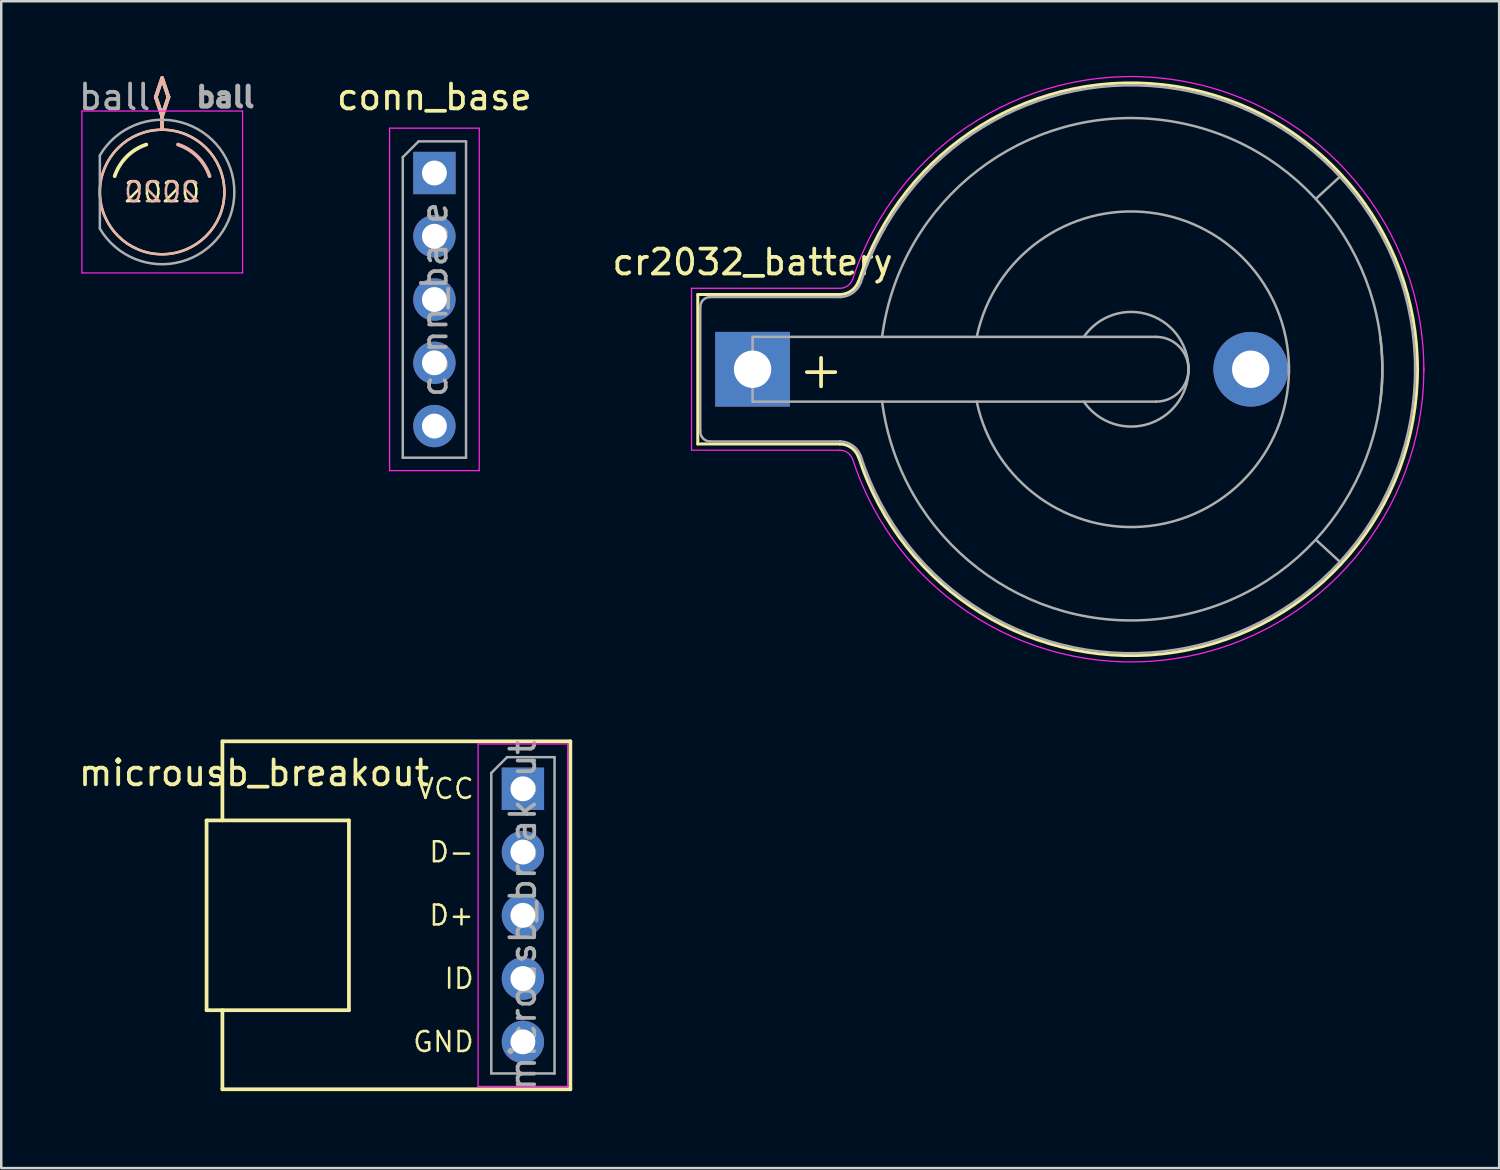
<source format=kicad_pcb>
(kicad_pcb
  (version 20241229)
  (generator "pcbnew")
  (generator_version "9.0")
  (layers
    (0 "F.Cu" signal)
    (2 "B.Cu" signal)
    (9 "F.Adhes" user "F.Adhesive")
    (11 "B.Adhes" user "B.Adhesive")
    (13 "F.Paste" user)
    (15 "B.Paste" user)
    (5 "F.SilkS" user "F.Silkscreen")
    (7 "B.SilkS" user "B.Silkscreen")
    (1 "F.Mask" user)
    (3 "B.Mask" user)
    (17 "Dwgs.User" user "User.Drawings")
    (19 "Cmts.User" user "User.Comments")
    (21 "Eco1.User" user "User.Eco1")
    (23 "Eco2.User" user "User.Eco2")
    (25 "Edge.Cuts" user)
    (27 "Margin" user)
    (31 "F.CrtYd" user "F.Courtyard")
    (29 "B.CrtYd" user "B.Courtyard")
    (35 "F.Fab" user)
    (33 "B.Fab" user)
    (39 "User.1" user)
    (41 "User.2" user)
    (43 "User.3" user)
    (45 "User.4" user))
  (footprint "ball"
    (layer "F.Cu")
    (at 2.189 4.658)
    (property "Reference" "ball" (at -0.635 -3.81 0) (layer "F.Fab") (effects (font (size 1 1) (thickness 0.15))))
    (attr through_hole)
    (fp_line (start 1.016 -3.81) (end 1.27 -4.572) (stroke (width 0.15) (type solid)) (layer "F.SilkS"))
    (fp_line (start 1.27 -4.572) (end 1.524 -3.81) (stroke (width 0.15) (type solid)) (layer "F.SilkS"))
    (fp_line (start 1.27 -3.048) (end 1.016 -3.81) (stroke (width 0.15) (type solid)) (layer "F.SilkS"))
    (fp_line (start 1.27 -2.54) (end 1.27 -3.048) (stroke (width 0.15) (type solid)) (layer "F.SilkS"))
    (fp_line (start 1.524 -3.81) (end 1.27 -3.048) (stroke (width 0.15) (type solid)) (layer "F.SilkS"))
    (fp_arc (start -0.634999 -0.635) (mid -0.149902 -1.419903) (end 0.635001 -1.904999) (stroke (width 0.15) (type solid)) (layer "F.SilkS"))
    (fp_circle (center 1.27 0) (end 3.77 0) (stroke (width 0.1) (type solid)) (fill no) (layer "F.SilkS"))
    (fp_line (start 1.016 -3.81) (end 1.27 -3.048) (stroke (width 0.15) (type solid)) (layer "B.SilkS"))
    (fp_line (start 1.27 -4.572) (end 1.016 -3.81) (stroke (width 0.15) (type solid)) (layer "B.SilkS"))
    (fp_line (start 1.27 -3.048) (end 1.524 -3.81) (stroke (width 0.15) (type solid)) (layer "B.SilkS"))
    (fp_line (start 1.27 -2.54) (end 1.27 -3.048) (stroke (width 0.15) (type solid)) (layer "B.SilkS"))
    (fp_line (start 1.524 -3.81) (end 1.27 -4.572) (stroke (width 0.15) (type solid)) (layer "B.SilkS"))
    (fp_arc (start 1.906002 -1.904666) (mid 2.690277 -1.41953) (end 3.175 -0.635) (stroke (width 0.15) (type solid)) (layer "B.SilkS"))
    (fp_circle (center 1.27 0) (end -1.23 0) (stroke (width 0.1) (type solid)) (fill no) (layer "B.SilkS"))
    (fp_line (start -1.95 -3.25) (end -1.95 3.25) (stroke (width 0.05) (type solid)) (layer "F.CrtYd"))
    (fp_line (start -1.95 3.25) (end 4.5 3.25) (stroke (width 0.05) (type solid)) (layer "F.CrtYd"))
    (fp_line (start 4.5 -3.25) (end -1.95 -3.25) (stroke (width 0.05) (type solid)) (layer "F.CrtYd"))
    (fp_line (start 4.5 3.25) (end 4.5 -3.25) (stroke (width 0.05) (type solid)) (layer "F.CrtYd"))
    (fp_line (start -1.23 -1.47) (end -1.23 1.47) (stroke (width 0.1) (type solid)) (layer "F.Fab"))
    (fp_arc (start -1.23 -1.469694) (mid 4.17 0.000016) (end -1.230016 1.469666) (stroke (width 0.1) (type solid)) (layer "F.Fab"))
    (fp_text user "2020" (at 1.27 0 0) (layer "F.SilkS") (effects (font (size 0.8 0.8) (thickness 0.1))))
    (fp_text user "2020" (at 1.27 0 0) (layer "B.SilkS") (effects (font (size 0.8 0.8) (thickness 0.1)) (justify mirror)))
    (fp_text user "${REFERENCE}" (at 3.81 -3.81 0) (layer "F.Fab") (effects (font (size 0.8 0.8) (thickness 0.2)))))
  (footprint "conn_base"
    (layer "F.Cu")
    (at 14.391 3.896)
    (property "Reference" "conn_base" (at 0 -3.048 0) (layer "F.SilkS") (effects (font (size 1 1) (thickness 0.15))))
    (attr through_hole)
    (fp_line (start -1.8 -1.8) (end -1.8 11.95) (stroke (width 0.05) (type solid)) (layer "F.CrtYd"))
    (fp_line (start -1.8 11.95) (end 1.8 11.95) (stroke (width 0.05) (type solid)) (layer "F.CrtYd"))
    (fp_line (start 1.8 -1.8) (end -1.8 -1.8) (stroke (width 0.05) (type solid)) (layer "F.CrtYd"))
    (fp_line (start 1.8 11.95) (end 1.8 -1.8) (stroke (width 0.05) (type solid)) (layer "F.CrtYd"))
    (fp_line (start -1.27 -0.635) (end -0.635 -1.27) (stroke (width 0.1) (type solid)) (layer "F.Fab"))
    (fp_line (start -1.27 11.43) (end -1.27 -0.635) (stroke (width 0.1) (type solid)) (layer "F.Fab"))
    (fp_line (start -0.635 -1.27) (end 1.27 -1.27) (stroke (width 0.1) (type solid)) (layer "F.Fab"))
    (fp_line (start 1.27 -1.27) (end 1.27 11.43) (stroke (width 0.1) (type solid)) (layer "F.Fab"))
    (fp_line (start 1.27 11.43) (end -1.27 11.43) (stroke (width 0.1) (type solid)) (layer "F.Fab"))
    (fp_text user "${REFERENCE}" (at 0 5.08 90) (layer "F.Fab") (effects (font (size 1 1) (thickness 0.15))))
    (pad "1" thru_hole rect (at 0 0) (size 1.7 1.7) (drill 1) (layers "*.Cu" "*.Mask"))
    (pad "2" thru_hole oval (at 0 2.54) (size 1.7 1.7) (drill 1) (layers "*.Cu" "*.Mask"))
    (pad "3" thru_hole oval (at 0 5.08) (size 1.7 1.7) (drill 1) (layers "*.Cu" "*.Mask"))
    (pad "4" thru_hole oval (at 0 7.62) (size 1.7 1.7) (drill 1) (layers "*.Cu" "*.Mask"))
    (pad "5" thru_hole oval (at 0 10.16) (size 1.7 1.7) (drill 1) (layers "*.Cu" "*.Mask")))
  (footprint "microusb_breakout"
    (layer "F.Cu")
    (at 17.944 33.699)
    (property "Reference" "microusb_breakout" (at -10.795 -5.715 0) (layer "F.SilkS") (effects (font (size 1 1) (thickness 0.15))))
    (attr through_hole)
    (fp_line (start -12.7 -3.81) (end -12.7 3.81) (stroke (width 0.15) (type solid)) (layer "F.SilkS"))
    (fp_line (start -12.7 3.81) (end -6.985 3.81) (stroke (width 0.15) (type solid)) (layer "F.SilkS"))
    (fp_line (start -12.065 -6.985) (end -12.065 -3.81) (stroke (width 0.15) (type solid)) (layer "F.SilkS"))
    (fp_line (start -12.065 3.81) (end -12.065 6.985) (stroke (width 0.15) (type solid)) (layer "F.SilkS"))
    (fp_line (start -12.065 6.985) (end 1.905 6.985) (stroke (width 0.15) (type solid)) (layer "F.SilkS"))
    (fp_line (start -6.985 -3.81) (end -12.7 -3.81) (stroke (width 0.15) (type solid)) (layer "F.SilkS"))
    (fp_line (start -6.985 3.81) (end -6.985 -3.81) (stroke (width 0.15) (type solid)) (layer "F.SilkS"))
    (fp_line (start 1.905 -6.985) (end -12.065 -6.985) (stroke (width 0.15) (type solid)) (layer "F.SilkS"))
    (fp_line (start 1.905 6.985) (end 1.905 -6.985) (stroke (width 0.15) (type solid)) (layer "F.SilkS"))
    (fp_line (start -1.8 -6.88) (end -1.8 6.87) (stroke (width 0.05) (type solid)) (layer "F.CrtYd"))
    (fp_line (start -1.8 6.87) (end 1.8 6.87) (stroke (width 0.05) (type solid)) (layer "F.CrtYd"))
    (fp_line (start 1.8 -6.88) (end -1.8 -6.88) (stroke (width 0.05) (type solid)) (layer "F.CrtYd"))
    (fp_line (start 1.8 6.87) (end 1.8 -6.88) (stroke (width 0.05) (type solid)) (layer "F.CrtYd"))
    (fp_line (start -1.27 -5.715) (end -0.635 -6.35) (stroke (width 0.1) (type solid)) (layer "F.Fab"))
    (fp_line (start -1.27 6.35) (end -1.27 -5.715) (stroke (width 0.1) (type solid)) (layer "F.Fab"))
    (fp_line (start -0.635 -6.35) (end 1.27 -6.35) (stroke (width 0.1) (type solid)) (layer "F.Fab"))
    (fp_line (start 1.27 -6.35) (end 1.27 6.35) (stroke (width 0.1) (type solid)) (layer "F.Fab"))
    (fp_line (start 1.27 6.35) (end -1.27 6.35) (stroke (width 0.1) (type solid)) (layer "F.Fab"))
    (fp_text user "D-" (at -1.905 -2.54 0) (layer "F.SilkS") (effects (font (size 0.8 0.8) (thickness 0.1)) (justify right)))
    (fp_text user "GND" (at -1.905 5.08 0) (layer "F.SilkS") (effects (font (size 0.8 0.8) (thickness 0.1)) (justify right)))
    (fp_text user "VCC" (at -1.905 -5.08 0) (layer "F.SilkS") (effects (font (size 0.8 0.8) (thickness 0.1)) (justify right)))
    (fp_text user "D+" (at -1.905 0 0) (layer "F.SilkS") (effects (font (size 0.8 0.8) (thickness 0.1)) (justify right)))
    (fp_text user "ID" (at -1.905 2.54 0) (layer "F.SilkS") (effects (font (size 0.8 0.8) (thickness 0.1)) (justify right)))
    (fp_text user "${REFERENCE}" (at 0 0 90) (layer "F.Fab") (effects (font (size 1 1) (thickness 0.15))))
    (pad "1" thru_hole rect (at 0 -5.08) (size 1.7 1.7) (drill 1) (layers "*.Cu" "*.Mask"))
    (pad "2" thru_hole oval (at 0 -2.54) (size 1.7 1.7) (drill 1) (layers "*.Cu" "*.Mask"))
    (pad "3" thru_hole oval (at 0 0) (size 1.7 1.7) (drill 1) (layers "*.Cu" "*.Mask"))
    (pad "4" thru_hole oval (at 0 2.54) (size 1.7 1.7) (drill 1) (layers "*.Cu" "*.Mask"))
    (pad "5" thru_hole oval (at 0 5.08) (size 1.7 1.7) (drill 1) (layers "*.Cu" "*.Mask")))
  (footprint "cr2032_battery"
    (layer "F.Cu")
    (at 27.165 11.775)
    (property "Reference" "cr2032_battery" (at 0 -4.3 0) (layer "F.SilkS") (effects (font (size 1 1) (thickness 0.15))))
    (attr through_hole)
    (fp_line (start -2.2 -3) (end 3.5 -3) (stroke (width 0.12) (type solid)) (layer "F.SilkS"))
    (fp_line (start -2.2 3) (end -2.2 -3) (stroke (width 0.12) (type solid)) (layer "F.SilkS"))
    (fp_line (start -2.2 3) (end 3.5 3) (stroke (width 0.12) (type solid)) (layer "F.SilkS"))
    (fp_arc (start 3.5 3) (mid 3.958861 3.144678) (end 4.251754 3.526384) (stroke (width 0.12) (type solid)) (layer "F.SilkS"))
    (fp_arc (start 4.25 -3.5) (mid 16.993514 -11.35499) (end 26.695671 0.045281) (stroke (width 0.12) (type solid)) (layer "F.SilkS"))
    (fp_arc (start 4.251754 -3.526384) (mid 3.958861 -3.144678) (end 3.5 -3) (stroke (width 0.12) (type solid)) (layer "F.SilkS"))
    (fp_arc (start 26.695671 -0.045281) (mid 16.993514 11.35499) (end 4.25 3.5) (stroke (width 0.12) (type solid)) (layer "F.SilkS"))
    (fp_line (start -2.45 -3.25) (end 3.5 -3.25) (stroke (width 0.05) (type solid)) (layer "F.CrtYd"))
    (fp_line (start -2.45 3.25) (end -2.45 -3.25) (stroke (width 0.05) (type solid)) (layer "F.CrtYd"))
    (fp_line (start -2.45 3.25) (end 3.5 3.25) (stroke (width 0.05) (type solid)) (layer "F.CrtYd"))
    (fp_arc (start 3.5 3.25) (mid 3.815467 3.349466) (end 4.016831 3.611889) (stroke (width 0.05) (type solid)) (layer "F.CrtYd"))
    (fp_arc (start 4.015 -3.6) (mid 17.056602 -11.602468) (end 26.949865 0.069987) (stroke (width 0.05) (type solid)) (layer "F.CrtYd"))
    (fp_arc (start 4.016831 -3.611889) (mid 3.815467 -3.349466) (end 3.5 -3.25) (stroke (width 0.05) (type solid)) (layer "F.CrtYd"))
    (fp_arc (start 26.949865 -0.069987) (mid 17.056602 11.602468) (end 4.015 3.6) (stroke (width 0.05) (type solid)) (layer "F.CrtYd"))
    (fp_line (start -2.1 -2.5) (end -2.1 2.5) (stroke (width 0.1) (type solid)) (layer "F.Fab"))
    (fp_line (start -1.7 2.9) (end 3.531 2.9) (stroke (width 0.1) (type solid)) (layer "F.Fab"))
    (fp_line (start 0 -1.3) (end 0 1.3) (stroke (width 0.1) (type solid)) (layer "F.Fab"))
    (fp_line (start 0 1.3) (end 16.2 1.3) (stroke (width 0.1) (type solid)) (layer "F.Fab"))
    (fp_line (start 3.531 -2.9) (end -1.7 -2.9) (stroke (width 0.1) (type solid)) (layer "F.Fab"))
    (fp_line (start 16.2 -1.3) (end 0 -1.3) (stroke (width 0.1) (type solid)) (layer "F.Fab"))
    (fp_line (start 23.571 -7.722) (end 22.631 -6.858) (stroke (width 0.1) (type solid)) (layer "F.Fab"))
    (fp_line (start 23.571 7.722) (end 22.657 6.883) (stroke (width 0.1) (type solid)) (layer "F.Fab"))
    (fp_arc (start -2.1 -2.5) (mid -1.982843 -2.782843) (end -1.7 -2.9) (stroke (width 0.1) (type solid)) (layer "F.Fab"))
    (fp_arc (start -1.7 2.9) (mid -1.982843 2.782843) (end -2.1 2.5) (stroke (width 0.1) (type solid)) (layer "F.Fab"))
    (fp_arc (start 3.5 2.9) (mid 4.016219 3.062763) (end 4.345723 3.492182) (stroke (width 0.1) (type solid)) (layer "F.Fab"))
    (fp_arc (start 4.345723 -3.492182) (mid 4.016219 -3.062763) (end 3.5 -2.9) (stroke (width 0.1) (type solid)) (layer "F.Fab"))
    (fp_arc (start 4.35 -3.5) (mid 17.008726 -11.256154) (end 26.600299 0.075351) (stroke (width 0.1) (type solid)) (layer "F.Fab"))
    (fp_arc (start 5.2 -1.3) (mid 16.5 -10) (end 25.2 1.3) (stroke (width 0.1) (type solid)) (layer "F.Fab"))
    (fp_arc (start 9 -1.3) (mid 15.954687 -6.28971) (end 21.531551 0.203631) (stroke (width 0.1) (type solid)) (layer "F.Fab"))
    (fp_arc (start 13.3 -1.3) (mid 15.963947 -2.171724) (end 17.495448 0.175833) (stroke (width 0.1) (type solid)) (layer "F.Fab"))
    (fp_arc (start 16.2 -1.3) (mid 17.5 0) (end 16.2 1.3) (stroke (width 0.1) (type solid)) (layer "F.Fab"))
    (fp_arc (start 17.495448 -0.175833) (mid 15.963947 2.171724) (end 13.3 1.3) (stroke (width 0.1) (type solid)) (layer "F.Fab"))
    (fp_arc (start 21.531551 -0.203631) (mid 15.954687 6.28971) (end 9 1.3) (stroke (width 0.1) (type solid)) (layer "F.Fab"))
    (fp_arc (start 25.2 -1.3) (mid 16.5 10) (end 5.2 1.3) (stroke (width 0.1) (type solid)) (layer "F.Fab"))
    (fp_arc (start 26.600299 -0.075351) (mid 17.008726 11.256154) (end 4.35 3.5) (stroke (width 0.1) (type solid)) (layer "F.Fab"))
    (fp_text user "+" (at 2.75 0 0) (layer "F.SilkS") (effects (font (size 1.5 1.5) (thickness 0.15))))
    (pad "1" thru_hole rect (at 0 0) (size 3 3) (drill 1.5) (layers "*.Cu" "*.Mask"))
    (pad "2" thru_hole circle (at 20 0) (size 3 3) (drill 1.5) (layers "*.Cu" "*.Mask")))
  (gr_rect
    (start -3 -3)
    (end 57.14 43.848)
    (stroke (width 0.1) (type default))
    (fill no)
    (layer "Edge.Cuts")))
</source>
